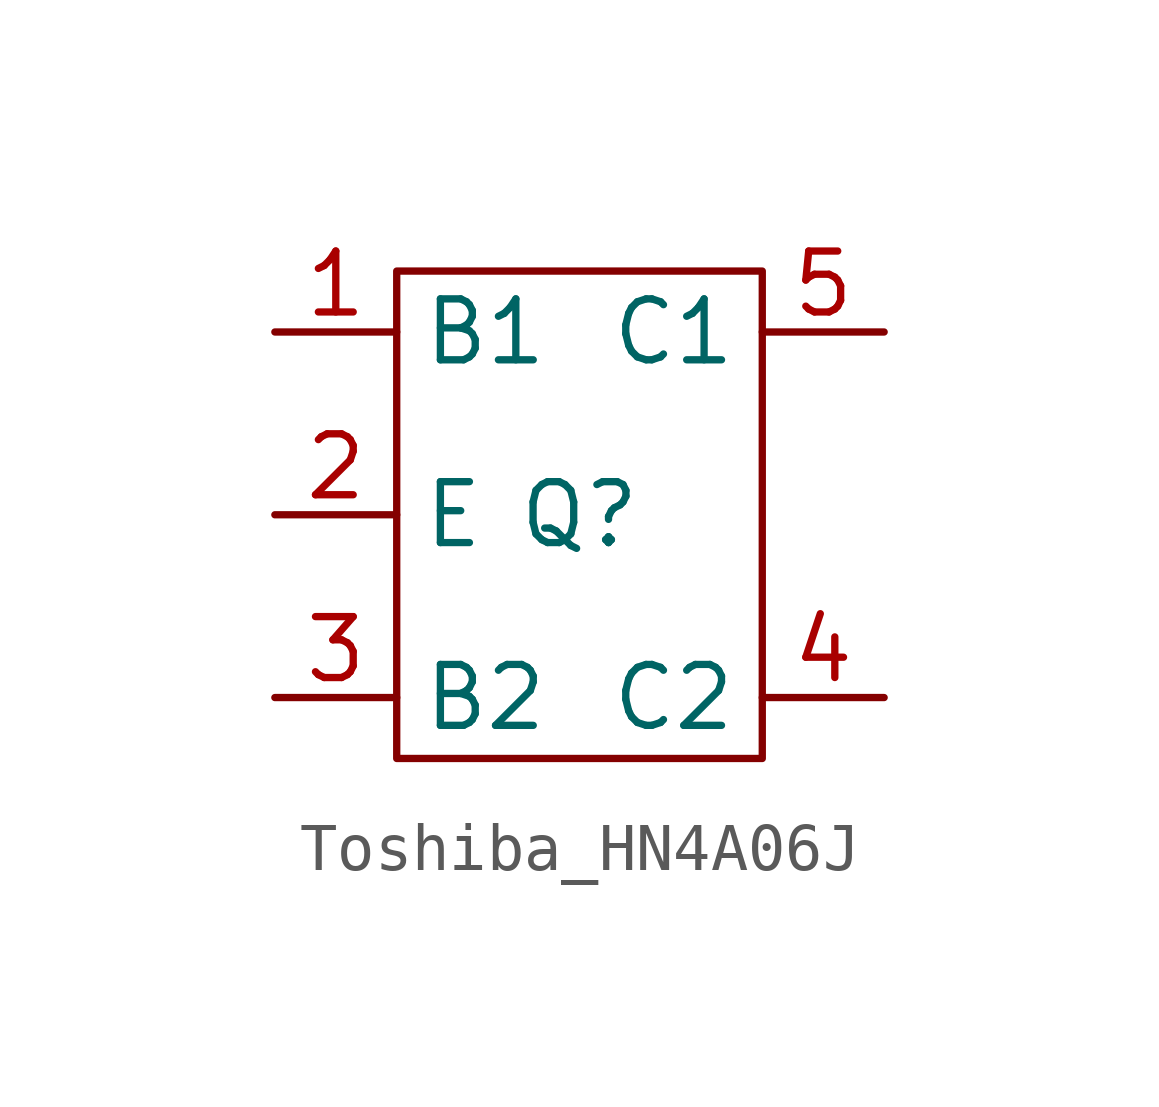
<source format=kicad_sym>
(kicad_symbol_lib
  (version 20231120)
  (generator "kicad_symbol_editor")
  (generator_version "8.0")
  (symbol "Toshiba_HN4A06J"
    (property "Reference" "Q"
      (at 0 0 0)
      (effects (font (size 1.27 1.27))))
    (property "Value" ""
      (at -1.27 1.27 0)
      (effects (font (size 1.27 1.27))))
    (symbol "Toshiba_HN4A06J_0_1"
      (rectangle (start -3.81 5.08) (end 3.81 -5.08) (stroke (width 0) (type default)) (fill (type none))))
    (symbol "Toshiba_HN4A06J_1_1"
      (pin input line (at -6.35 3.81 0) (length 2.54) (name "B1" (effects (font (size 1.27 1.27)))) (number "1" (effects (font (size 1.27 1.27)))))
      (pin passive line (at -6.35 0 0) (length 2.54) (name "E" (effects (font (size 1.27 1.27)))) (number "2" (effects (font (size 1.27 1.27)))))
      (pin input line (at -6.35 -3.81 0) (length 2.54) (name "B2" (effects (font (size 1.27 1.27)))) (number "3" (effects (font (size 1.27 1.27)))))
      (pin passive line (at 6.35 -3.81 180) (length 2.54) (name "C2" (effects (font (size 1.27 1.27)))) (number "4" (effects (font (size 1.27 1.27)))))
      (pin passive line (at 6.35 3.81 180) (length 2.54) (name "C1" (effects (font (size 1.27 1.27)))) (number "5" (effects (font (size 1.27 1.27))))))))
</source>
